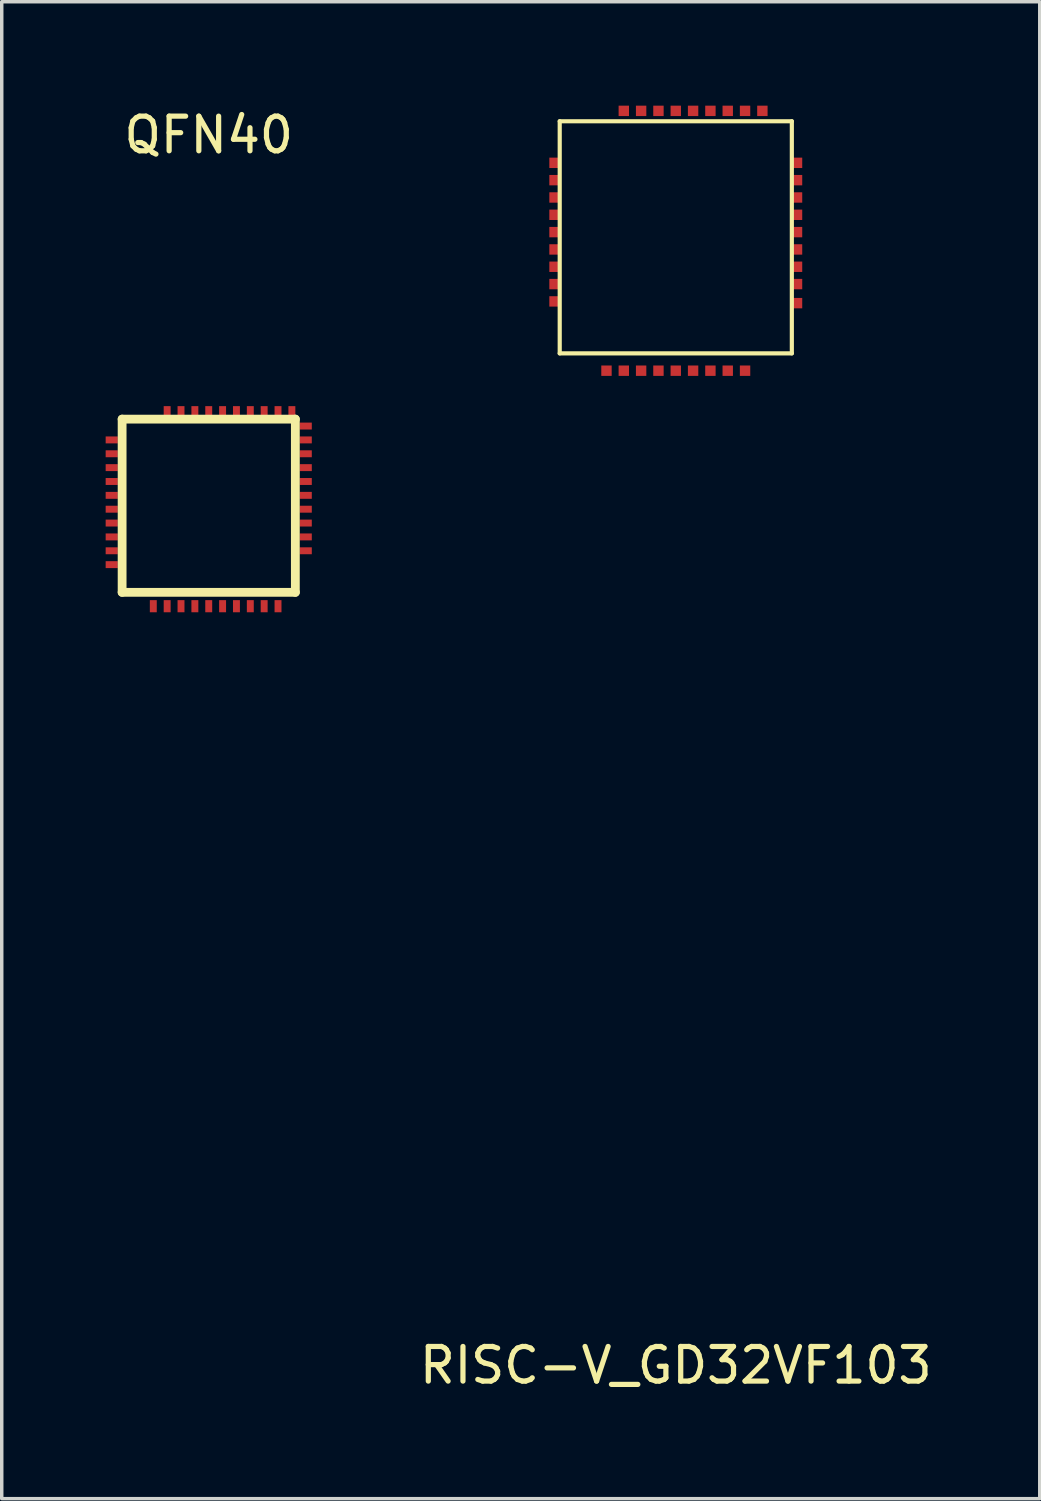
<source format=kicad_pcb>
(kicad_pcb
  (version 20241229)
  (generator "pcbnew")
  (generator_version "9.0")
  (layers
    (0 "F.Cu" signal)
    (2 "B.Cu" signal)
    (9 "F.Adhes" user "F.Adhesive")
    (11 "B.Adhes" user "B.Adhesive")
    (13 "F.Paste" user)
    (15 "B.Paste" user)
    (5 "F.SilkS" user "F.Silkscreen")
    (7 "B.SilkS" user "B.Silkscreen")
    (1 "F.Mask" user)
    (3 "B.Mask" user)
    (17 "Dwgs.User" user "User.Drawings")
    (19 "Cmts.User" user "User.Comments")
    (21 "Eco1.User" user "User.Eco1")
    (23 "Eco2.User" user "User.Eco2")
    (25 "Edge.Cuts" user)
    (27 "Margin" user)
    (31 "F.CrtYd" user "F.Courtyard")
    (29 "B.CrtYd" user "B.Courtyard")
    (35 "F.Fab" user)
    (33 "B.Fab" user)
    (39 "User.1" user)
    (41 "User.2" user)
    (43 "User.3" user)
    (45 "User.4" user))
  (footprint "RISC-V_GD32VF103"
    (layer "F.Cu")
    (at 16.456 7.15)
    (property "Reference" "RISC-V_GD32VF103" (at 0 29.21 0) (layer "F.SilkS") (effects (font (size 1 1) (thickness 0.15))))
    (attr through_hole)
    (fp_line (start -3.35 -6.7) (end 3.35 -6.7) (stroke (width 0.12) (type solid)) (layer "F.SilkS"))
    (fp_line (start -3.35 0) (end -3.35 -6.7) (stroke (width 0.12) (type solid)) (layer "F.SilkS"))
    (fp_line (start -3.35 0) (end 3.35 0) (stroke (width 0.12) (type solid)) (layer "F.SilkS"))
    (fp_line (start 3.35 0) (end 3.35 -6.7) (stroke (width 0.12) (type solid)) (layer "F.SilkS"))
    (pad "1" smd rect (at -3.5 -5.5) (size 0.3 0.3) (layers "F.Cu" "F.Mask" "F.Paste"))
    (pad "2" smd rect (at -3.5 -5) (size 0.3 0.3) (layers "F.Cu" "F.Mask" "F.Paste"))
    (pad "3" smd rect (at -3.5 -4.5) (size 0.3 0.3) (layers "F.Cu" "F.Mask" "F.Paste"))
    (pad "4" smd rect (at -3.5 -4) (size 0.3 0.3) (layers "F.Cu" "F.Mask" "F.Paste"))
    (pad "5" smd rect (at -3.5 -3.5) (size 0.3 0.3) (layers "F.Cu" "F.Mask" "F.Paste"))
    (pad "6" smd rect (at -3.5 -3) (size 0.3 0.3) (layers "F.Cu" "F.Mask" "F.Paste"))
    (pad "7" smd rect (at -3.5 -2.5) (size 0.3 0.3) (layers "F.Cu" "F.Mask" "F.Paste"))
    (pad "8" smd rect (at -3.5 -2) (size 0.3 0.3) (layers "F.Cu" "F.Mask" "F.Paste"))
    (pad "9" smd rect (at -3.5 -1.5) (size 0.3 0.3) (layers "F.Cu" "F.Mask" "F.Paste"))
    (pad "10" smd rect (at -2 0.5) (size 0.3 0.3) (layers "F.Cu" "F.Mask" "F.Paste"))
    (pad "11" smd rect (at -1.5 0.5) (size 0.3 0.3) (layers "F.Cu" "F.Mask" "F.Paste"))
    (pad "12" smd rect (at -1 0.5) (size 0.3 0.3) (layers "F.Cu" "F.Mask" "F.Paste"))
    (pad "13" smd rect (at -0.5 0.5) (size 0.3 0.3) (layers "F.Cu" "F.Mask" "F.Paste"))
    (pad "14" smd rect (at 0 0.5) (size 0.3 0.3) (layers "F.Cu" "F.Mask" "F.Paste"))
    (pad "15" smd rect (at 0.5 0.5) (size 0.3 0.3) (layers "F.Cu" "F.Mask" "F.Paste"))
    (pad "16" smd rect (at 1 0.5) (size 0.3 0.3) (layers "F.Cu" "F.Mask" "F.Paste"))
    (pad "17" smd rect (at 1.5 0.5) (size 0.3 0.3) (layers "F.Cu" "F.Mask" "F.Paste"))
    (pad "18" smd rect (at 2 0.5) (size 0.3 0.3) (layers "F.Cu" "F.Mask" "F.Paste"))
    (pad "19" smd rect (at 3.5 -1.45) (size 0.3 0.3) (layers "F.Cu" "F.Mask" "F.Paste"))
    (pad "20" smd rect (at 3.5 -2) (size 0.3 0.3) (layers "F.Cu" "F.Mask" "F.Paste"))
    (pad "21" smd rect (at 3.5 -2.5) (size 0.3 0.3) (layers "F.Cu" "F.Mask" "F.Paste"))
    (pad "22" smd rect (at 3.5 -3) (size 0.3 0.3) (layers "F.Cu" "F.Mask" "F.Paste"))
    (pad "23" smd rect (at 3.5 -3.5) (size 0.3 0.3) (layers "F.Cu" "F.Mask" "F.Paste"))
    (pad "24" smd rect (at 3.5 -4) (size 0.3 0.3) (layers "F.Cu" "F.Mask" "F.Paste"))
    (pad "25" smd rect (at 3.5 -4.5) (size 0.3 0.3) (layers "F.Cu" "F.Mask" "F.Paste"))
    (pad "26" smd rect (at 3.5 -5) (size 0.3 0.3) (layers "F.Cu" "F.Mask" "F.Paste"))
    (pad "27" smd rect (at 3.5 -5.5) (size 0.3 0.3) (layers "F.Cu" "F.Mask" "F.Paste"))
    (pad "28" smd rect (at 2.5 -7) (size 0.3 0.3) (layers "F.Cu" "F.Mask" "F.Paste"))
    (pad "29" smd rect (at 2 -7) (size 0.3 0.3) (layers "F.Cu" "F.Mask" "F.Paste"))
    (pad "30" smd rect (at 1.5 -7) (size 0.3 0.3) (layers "F.Cu" "F.Mask" "F.Paste"))
    (pad "31" smd rect (at 1 -7) (size 0.3 0.3) (layers "F.Cu" "F.Mask" "F.Paste"))
    (pad "32" smd rect (at 0.5 -7) (size 0.3 0.3) (layers "F.Cu" "F.Mask" "F.Paste"))
    (pad "33" smd rect (at 0 -7) (size 0.3 0.3) (layers "F.Cu" "F.Mask" "F.Paste"))
    (pad "34" smd rect (at -0.5 -7) (size 0.3 0.3) (layers "F.Cu" "F.Mask" "F.Paste"))
    (pad "35" smd rect (at -1 -7) (size 0.3 0.3) (layers "F.Cu" "F.Mask" "F.Paste"))
    (pad "36" smd rect (at -1.5 -7) (size 0.3 0.3) (layers "F.Cu" "F.Mask" "F.Paste")))
  (footprint "QFN40"
    (layer "F.Cu")
    (at 2.975 14.048)
    (property "Reference" "QFN40" (at 0 -13.2 0) (layer "F.SilkS") (effects (font (size 1 1) (thickness 0.15))))
    (attr through_hole)
    (fp_line (start -2.5 -5) (end 2.5 -5) (stroke (width 0.254) (type solid)) (layer "F.SilkS"))
    (fp_line (start -2.5 0) (end -2.5 -5) (stroke (width 0.254) (type solid)) (layer "F.SilkS"))
    (fp_line (start -2.5 0) (end 2.5 0) (stroke (width 0.254) (type solid)) (layer "F.SilkS"))
    (fp_line (start 2.5 0) (end 2.5 -5) (stroke (width 0.254) (type solid)) (layer "F.SilkS"))
    (pad "1" smd rect (at -2.8 -4.4 90) (size 0.2 0.35) (layers "F.Cu" "F.Mask" "F.Paste"))
    (pad "2" smd rect (at -2.8 -4 90) (size 0.2 0.35) (layers "F.Cu" "F.Mask" "F.Paste"))
    (pad "3" smd rect (at -2.8 -3.6 90) (size 0.2 0.35) (layers "F.Cu" "F.Mask" "F.Paste"))
    (pad "4" smd rect (at -2.8 -3.2 90) (size 0.2 0.35) (layers "F.Cu" "F.Mask" "F.Paste"))
    (pad "5" smd rect (at -2.8 -2.8 90) (size 0.2 0.35) (layers "F.Cu" "F.Mask" "F.Paste"))
    (pad "6" smd rect (at -2.8 -2.4 90) (size 0.2 0.35) (layers "F.Cu" "F.Mask" "F.Paste"))
    (pad "7" smd rect (at -2.8 -2 90) (size 0.2 0.35) (layers "F.Cu" "F.Mask" "F.Paste"))
    (pad "8" smd rect (at -2.8 -1.6 90) (size 0.2 0.35) (layers "F.Cu" "F.Mask" "F.Paste"))
    (pad "9" smd rect (at -2.8 -1.2 90) (size 0.2 0.35) (layers "F.Cu" "F.Mask" "F.Paste"))
    (pad "10" smd rect (at -2.8 -0.8 90) (size 0.2 0.35) (layers "F.Cu" "F.Mask" "F.Paste"))
    (pad "11" smd rect (at -1.6 0.4) (size 0.2 0.35) (layers "F.Cu" "F.Mask" "F.Paste"))
    (pad "12" smd rect (at -1.2 0.4) (size 0.2 0.35) (layers "F.Cu" "F.Mask" "F.Paste"))
    (pad "13" smd rect (at -0.8 0.4) (size 0.2 0.35) (layers "F.Cu" "F.Mask" "F.Paste"))
    (pad "14" smd rect (at -0.4 0.4) (size 0.2 0.35) (layers "F.Cu" "F.Mask" "F.Paste"))
    (pad "15" smd rect (at 0 0.4) (size 0.2 0.35) (layers "F.Cu" "F.Mask" "F.Paste"))
    (pad "16" smd rect (at 0.4 0.4) (size 0.2 0.35) (layers "F.Cu" "F.Mask" "F.Paste"))
    (pad "17" smd rect (at 0.8 0.4) (size 0.2 0.35) (layers "F.Cu" "F.Mask" "F.Paste"))
    (pad "18" smd rect (at 1.2 0.4) (size 0.2 0.35) (layers "F.Cu" "F.Mask" "F.Paste"))
    (pad "19" smd rect (at 1.6 0.4) (size 0.2 0.35) (layers "F.Cu" "F.Mask" "F.Paste"))
    (pad "20" smd rect (at 2 0.4) (size 0.2 0.35) (layers "F.Cu" "F.Mask" "F.Paste"))
    (pad "21" smd rect (at 2.8 -1.2 90) (size 0.2 0.35) (layers "F.Cu" "F.Mask" "F.Paste"))
    (pad "22" smd rect (at 2.8 -1.6 90) (size 0.2 0.35) (layers "F.Cu" "F.Mask" "F.Paste"))
    (pad "23" smd rect (at 2.8 -2 90) (size 0.2 0.35) (layers "F.Cu" "F.Mask" "F.Paste"))
    (pad "24" smd rect (at 2.8 -2.4 90) (size 0.2 0.35) (layers "F.Cu" "F.Mask" "F.Paste"))
    (pad "25" smd rect (at 2.8 -2.8 90) (size 0.2 0.35) (layers "F.Cu" "F.Mask" "F.Paste"))
    (pad "26" smd rect (at 2.8 -3.2 90) (size 0.2 0.35) (layers "F.Cu" "F.Mask" "F.Paste"))
    (pad "27" smd rect (at 2.8 -3.6 90) (size 0.2 0.35) (layers "F.Cu" "F.Mask" "F.Paste"))
    (pad "28" smd rect (at 2.8 -4 90) (size 0.2 0.35) (layers "F.Cu" "F.Mask" "F.Paste"))
    (pad "29" smd rect (at 2.8 -4.4 90) (size 0.2 0.35) (layers "F.Cu" "F.Mask" "F.Paste"))
    (pad "30" smd rect (at 2.8 -4.8 90) (size 0.2 0.35) (layers "F.Cu" "F.Mask" "F.Paste"))
    (pad "31" smd rect (at 2.4 -5.2) (size 0.2 0.35) (layers "F.Cu" "F.Mask" "F.Paste"))
    (pad "32" smd rect (at 2 -5.2) (size 0.2 0.35) (layers "F.Cu" "F.Mask" "F.Paste"))
    (pad "33" smd rect (at 1.6 -5.2) (size 0.2 0.35) (layers "F.Cu" "F.Mask" "F.Paste"))
    (pad "34" smd rect (at 1.2 -5.2) (size 0.2 0.35) (layers "F.Cu" "F.Mask" "F.Paste"))
    (pad "35" smd rect (at 0.8 -5.2) (size 0.2 0.35) (layers "F.Cu" "F.Mask" "F.Paste"))
    (pad "36" smd rect (at 0.4 -5.2) (size 0.2 0.35) (layers "F.Cu" "F.Mask" "F.Paste"))
    (pad "37" smd rect (at 0 -5.2) (size 0.2 0.35) (layers "F.Cu" "F.Mask" "F.Paste"))
    (pad "38" smd rect (at -0.4 -5.2) (size 0.2 0.35) (layers "F.Cu" "F.Mask" "F.Paste"))
    (pad "39" smd rect (at -0.8 -5.2) (size 0.2 0.35) (layers "F.Cu" "F.Mask" "F.Paste"))
    (pad "40" smd rect (at -1.2 -5.2) (size 0.2 0.35) (layers "F.Cu" "F.Mask" "F.Paste")))
  (gr_rect
    (start -3 -3)
    (end 26.962 40.208)
    (stroke (width 0.1) (type default))
    (fill no)
    (layer "Edge.Cuts")))
</source>
